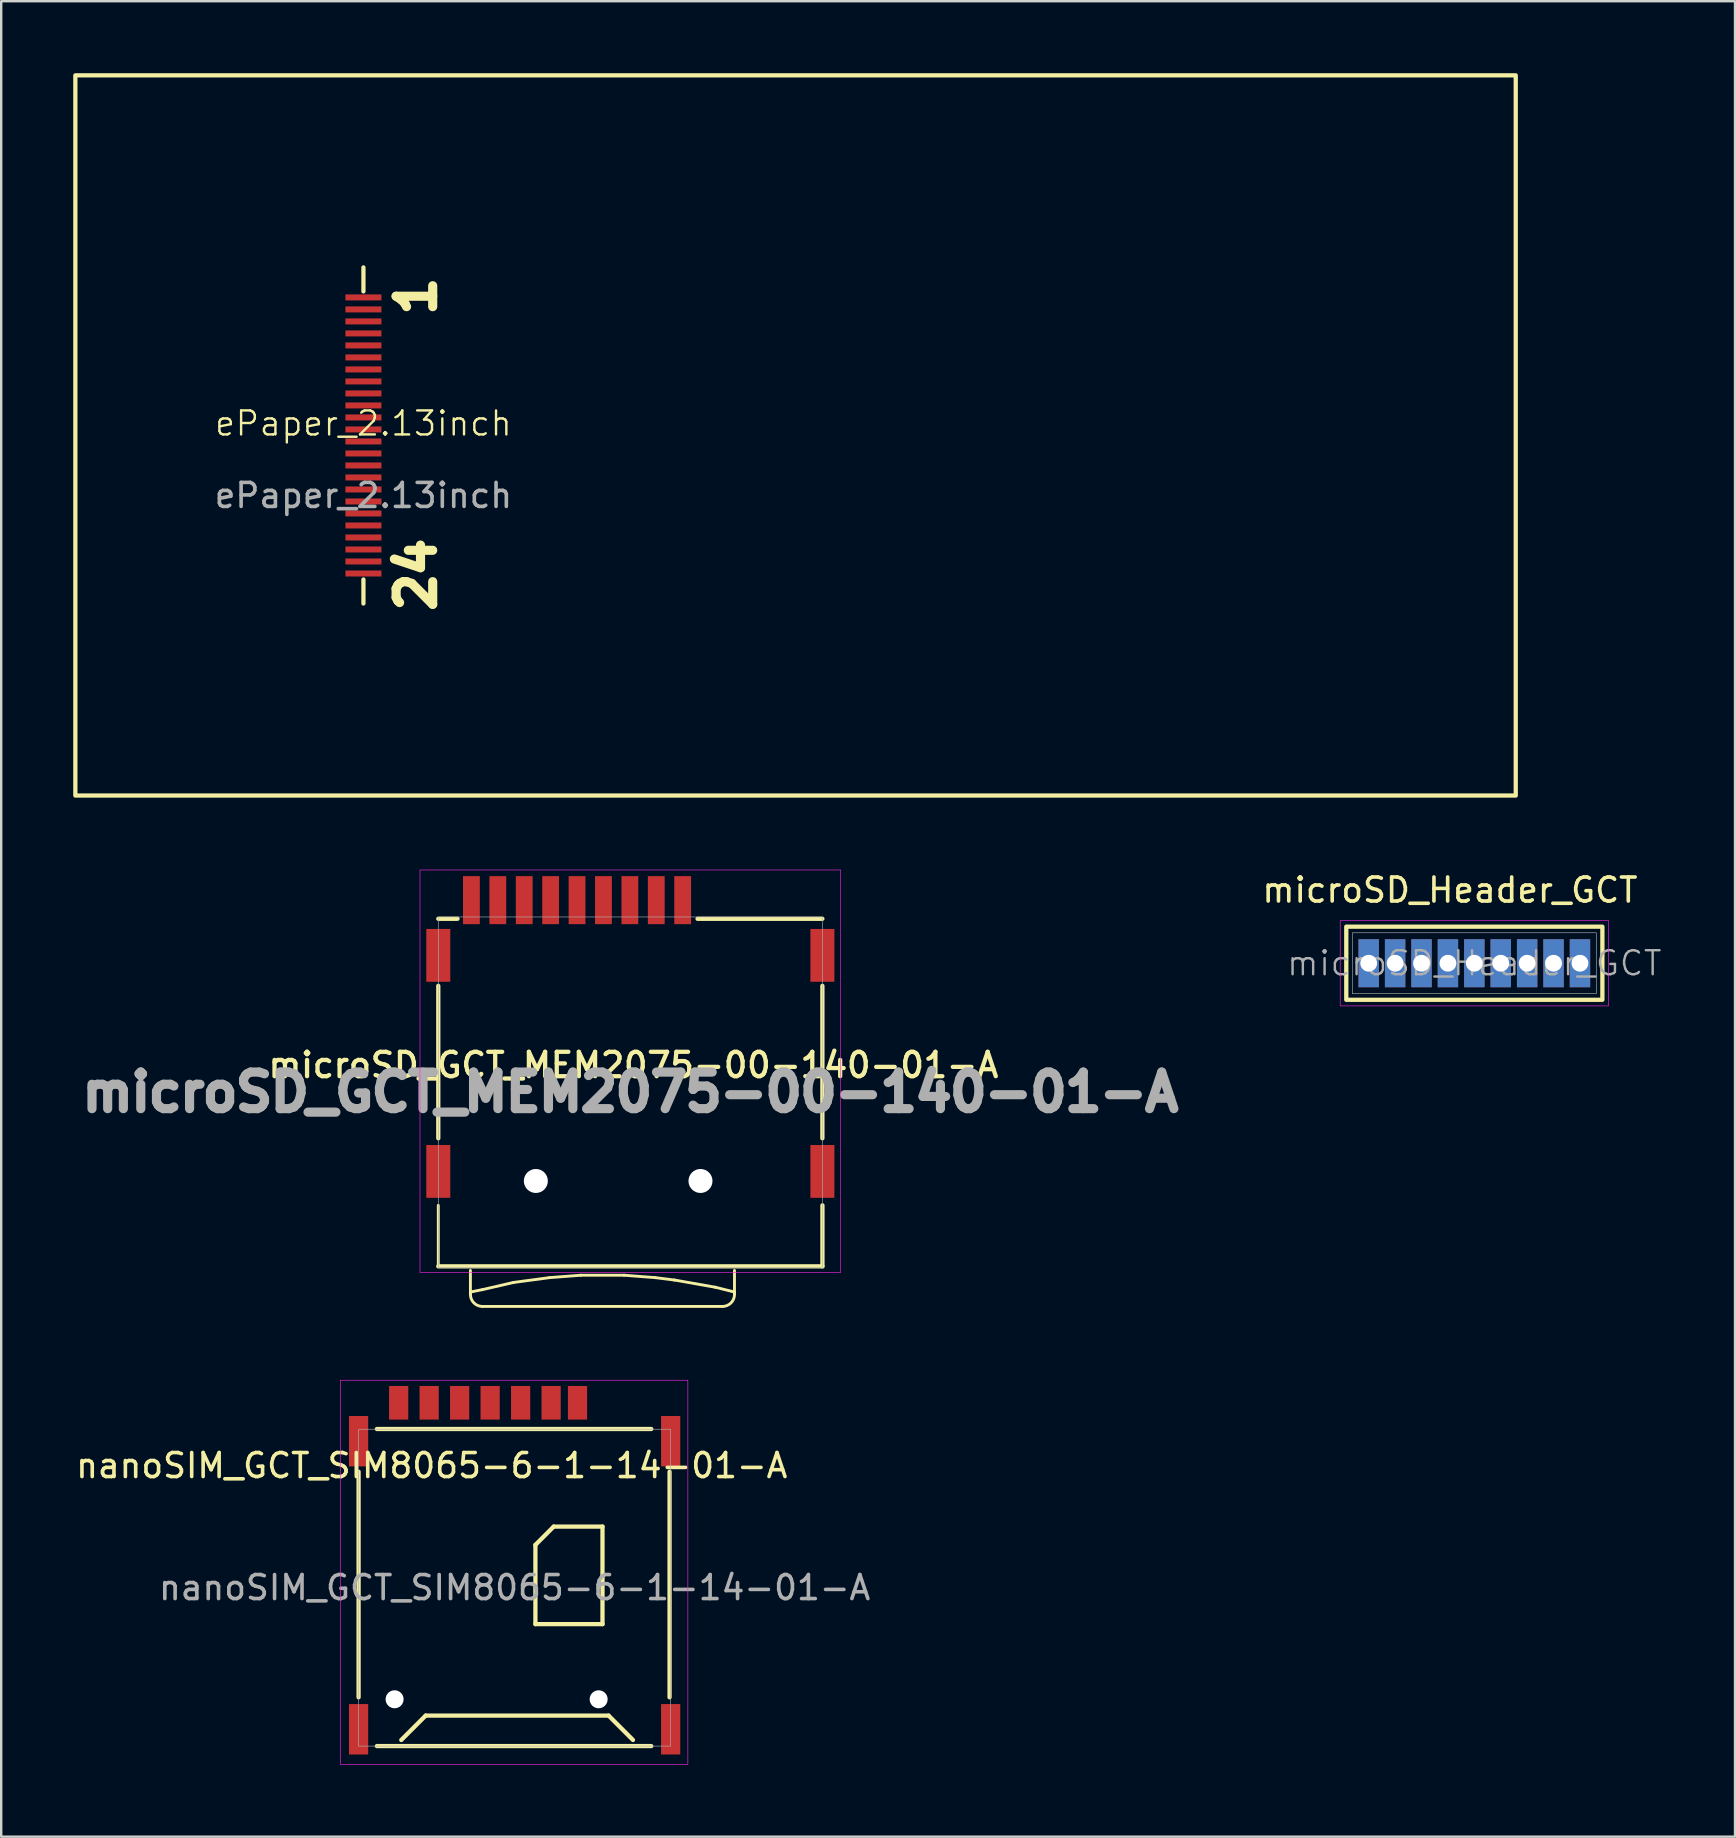
<source format=kicad_pcb>
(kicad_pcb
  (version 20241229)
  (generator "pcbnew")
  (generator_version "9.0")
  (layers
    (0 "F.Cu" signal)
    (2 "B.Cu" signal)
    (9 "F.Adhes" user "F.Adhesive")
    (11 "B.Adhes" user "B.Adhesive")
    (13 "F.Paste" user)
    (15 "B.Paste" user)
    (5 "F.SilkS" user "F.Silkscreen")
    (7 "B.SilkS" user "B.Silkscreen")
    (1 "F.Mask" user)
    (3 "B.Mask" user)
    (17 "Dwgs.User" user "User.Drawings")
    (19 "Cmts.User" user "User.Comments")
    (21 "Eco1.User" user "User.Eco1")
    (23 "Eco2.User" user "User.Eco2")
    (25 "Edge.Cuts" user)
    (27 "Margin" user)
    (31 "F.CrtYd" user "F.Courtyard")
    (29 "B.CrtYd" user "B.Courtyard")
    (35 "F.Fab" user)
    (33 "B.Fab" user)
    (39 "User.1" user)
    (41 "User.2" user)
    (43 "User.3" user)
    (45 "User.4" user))
  (footprint "nanoSIM_GCT_SIM8065-6-1-14-01-A"
    (layer "F.Cu")
    (at 11.887 56.984)
    (property "Reference" "nanoSIM_GCT_SIM8065-6-1-14-01-A" (at 3.048 1.016 0) (unlocked yes) (layer "F.SilkS") (effects (font (size 1 1) (thickness 0.15))))
    (attr smd)
    (fp_line (start 0 10.668) (end 0 1.27) (stroke (width 0.178) (type solid)) (layer "F.SilkS"))
    (fp_line (start 0.762 -0.508) (end 12.192 -0.508) (stroke (width 0.178) (type solid)) (layer "F.SilkS"))
    (fp_line (start 0.762 12.7) (end 12.192 12.7) (stroke (width 0.178) (type solid)) (layer "F.SilkS"))
    (fp_line (start 1.778 12.446) (end 2.794 11.43) (stroke (width 0.178) (type solid)) (layer "F.SilkS"))
    (fp_line (start 2.794 11.43) (end 10.414 11.43) (stroke (width 0.178) (type solid)) (layer "F.SilkS"))
    (fp_line (start 7.366 4.318) (end 8.128 3.556) (stroke (width 0.178) (type solid)) (layer "F.SilkS"))
    (fp_line (start 7.366 7.62) (end 7.366 4.318) (stroke (width 0.178) (type solid)) (layer "F.SilkS"))
    (fp_line (start 8.128 3.556) (end 10.16 3.556) (stroke (width 0.178) (type solid)) (layer "F.SilkS"))
    (fp_line (start 10.16 3.556) (end 10.16 7.62) (stroke (width 0.178) (type solid)) (layer "F.SilkS"))
    (fp_line (start 10.16 7.62) (end 7.366 7.62) (stroke (width 0.178) (type solid)) (layer "F.SilkS"))
    (fp_line (start 10.414 11.43) (end 11.43 12.446) (stroke (width 0.178) (type solid)) (layer "F.SilkS"))
    (fp_line (start 12.954 1.27) (end 12.954 10.668) (stroke (width 0.178) (type solid)) (layer "F.SilkS"))
    (fp_rect (start -0.762 13.462) (end 13.716 -2.54) (stroke (width 0.025) (type solid)) (fill no) (layer "F.CrtYd"))
    (fp_rect (start 0 12.7) (end 13 -0.5) (stroke (width 0.025) (type solid)) (fill no) (layer "F.Fab"))
    (fp_text user "${REFERENCE}" (at 6.5 6.1 0) (unlocked yes) (layer "F.Fab") (effects (font (size 1 1) (thickness 0.15))))
    (pad "" np_thru_hole circle (at 1.5 10.75) (size 0.75 0.75) (drill 0.75) (layers "*.Cu" "*.Mask"))
    (pad "" np_thru_hole circle (at 10 10.75) (size 0.75 0.75) (drill 0.75) (layers "*.Cu" "*.Mask"))
    (pad "C1" smd rect (at 6.75 -1.6) (size 0.8 1.4) (layers "F.Cu" "F.Mask" "F.Paste"))
    (pad "C2" smd rect (at 4.21 -1.6) (size 0.8 1.4) (layers "F.Cu" "F.Mask" "F.Paste"))
    (pad "C3" smd rect (at 1.67 -1.6) (size 0.8 1.4) (layers "F.Cu" "F.Mask" "F.Paste"))
    (pad "C5" smd rect (at 8.02 -1.6) (size 0.8 1.4) (layers "F.Cu" "F.Mask" "F.Paste"))
    (pad "C6" smd rect (at 5.48 -1.6) (size 0.8 1.4) (layers "F.Cu" "F.Mask" "F.Paste"))
    (pad "C7" smd rect (at 2.94 -1.6) (size 0.8 1.4) (layers "F.Cu" "F.Mask" "F.Paste"))
    (pad "CD" smd rect (at 9.12 -1.6) (size 0.8 1.4) (layers "F.Cu" "F.Mask" "F.Paste"))
    (pad "SH" smd rect (at 0 0) (size 0.8 2.1) (layers "F.Cu" "F.Mask" "F.Paste"))
    (pad "SH" smd rect (at 0 12) (size 0.8 2.1) (layers "F.Cu" "F.Mask" "F.Paste"))
    (pad "SH" smd rect (at 13 0) (size 0.8 2.1) (layers "F.Cu" "F.Mask" "F.Paste"))
    (pad "SH" smd rect (at 13 12) (size 0.8 2.1) (layers "F.Cu" "F.Mask" "F.Paste")))
  (footprint "ePaper_2.13inch"
    (layer "F.Cu")
    (at 12.089 15.089)
    (property "Reference" "ePaper_2.13inch" (at 0 -0.5 0) (unlocked yes) (layer "F.SilkS") (effects (font (size 1 1) (thickness 0.1))))
    (attr smd)
    (fp_line (start 0 -6) (end 0 -7) (stroke (width 0.178) (type default)) (layer "F.SilkS"))
    (fp_line (start 0 6) (end 0 7) (stroke (width 0.178) (type default)) (layer "F.SilkS"))
    (fp_rect (start -12 -15) (end 48 15) (stroke (width 0.178) (type default)) (fill no) (layer "F.SilkS"))
    (fp_text user "24" (at 2.2 5.8 90) (unlocked yes) (layer "F.SilkS") (effects (font (size 1.524 1.524) (thickness 0.381) (bold yes))))
    (fp_text user "1" (at 2.2 -5.8 90) (unlocked yes) (layer "F.SilkS") (effects (font (size 1.524 1.524) (thickness 0.381) (bold yes))))
    (fp_text user "${REFERENCE}" (at 0 2.5 0) (unlocked yes) (layer "F.Fab") (effects (font (size 1 1) (thickness 0.15))))
    (pad "1" smd rect (at 0 -5.75) (size 1.5 0.25) (layers "F.Cu" "F.Mask" "F.Paste"))
    (pad "2" smd rect (at 0 -5.25) (size 1.5 0.25) (layers "F.Cu" "F.Mask" "F.Paste"))
    (pad "3" smd rect (at 0 -4.75) (size 1.5 0.25) (layers "F.Cu" "F.Mask" "F.Paste"))
    (pad "4" smd rect (at 0 -4.25) (size 1.5 0.25) (layers "F.Cu" "F.Mask" "F.Paste"))
    (pad "5" smd rect (at 0 -3.75) (size 1.5 0.25) (layers "F.Cu" "F.Mask" "F.Paste"))
    (pad "6" smd rect (at 0 -3.25) (size 1.5 0.25) (layers "F.Cu" "F.Mask" "F.Paste"))
    (pad "7" smd rect (at 0 -2.75) (size 1.5 0.25) (layers "F.Cu" "F.Mask" "F.Paste"))
    (pad "8" smd rect (at 0 -2.25) (size 1.5 0.25) (layers "F.Cu" "F.Mask" "F.Paste"))
    (pad "9" smd rect (at 0 -1.75) (size 1.5 0.25) (layers "F.Cu" "F.Mask" "F.Paste"))
    (pad "10" smd rect (at 0 -1.25) (size 1.5 0.25) (layers "F.Cu" "F.Mask" "F.Paste"))
    (pad "11" smd rect (at 0 -0.75) (size 1.5 0.25) (layers "F.Cu" "F.Mask" "F.Paste"))
    (pad "12" smd rect (at 0 -0.25) (size 1.5 0.25) (layers "F.Cu" "F.Mask" "F.Paste"))
    (pad "13" smd rect (at 0 0.25) (size 1.5 0.25) (layers "F.Cu" "F.Mask" "F.Paste"))
    (pad "14" smd rect (at 0 0.75) (size 1.5 0.25) (layers "F.Cu" "F.Mask" "F.Paste"))
    (pad "15" smd rect (at 0 1.25) (size 1.5 0.25) (layers "F.Cu" "F.Mask" "F.Paste"))
    (pad "16" smd rect (at 0 1.75) (size 1.5 0.25) (layers "F.Cu" "F.Mask" "F.Paste"))
    (pad "17" smd rect (at 0 2.25) (size 1.5 0.25) (layers "F.Cu" "F.Mask" "F.Paste"))
    (pad "18" smd rect (at 0 2.75) (size 1.5 0.25) (layers "F.Cu" "F.Mask" "F.Paste"))
    (pad "19" smd rect (at 0 3.25) (size 1.5 0.25) (layers "F.Cu" "F.Mask" "F.Paste"))
    (pad "20" smd rect (at 0 3.75) (size 1.5 0.25) (layers "F.Cu" "F.Mask" "F.Paste"))
    (pad "21" smd rect (at 0 4.25) (size 1.5 0.25) (layers "F.Cu" "F.Mask" "F.Paste"))
    (pad "22" smd rect (at 0 4.75) (size 1.5 0.25) (layers "F.Cu" "F.Mask" "F.Paste"))
    (pad "23" smd rect (at 0 5.25) (size 1.5 0.25) (layers "F.Cu" "F.Mask" "F.Paste"))
    (pad "24" smd rect (at 0 5.75) (size 1.5 0.25) (layers "F.Cu" "F.Mask" "F.Paste")))
  (footprint "microSD_Header_GCT"
    (layer "F.Cu")
    (at 58.364 37.074)
    (property "Reference" "microSD_Header_GCT" (at -1.016 -3.048 0) (layer "F.SilkS") (effects (font (size 1 1) (thickness 0.15))))
    (attr smd)
    (fp_rect (start -5.334 -1.524) (end 5.334 1.524) (stroke (width 0.178) (type solid)) (fill no) (layer "F.SilkS"))
    (fp_rect (start -5.588 -1.778) (end 5.588 1.778) (stroke (width 0.025) (type solid)) (fill no) (layer "F.CrtYd"))
    (fp_rect (start -5.08 -1.27) (end 5.08 1.27) (stroke (width 0.025) (type solid)) (fill no) (layer "F.Fab"))
    (fp_text user "${REFERENCE}" (at 0 0 0) (layer "F.Fab") (effects (font (size 1 1) (thickness 0.1))))
    (pad "1" thru_hole rect (at 4.4 0) (size 0.85 2) (drill 0.7) (layers "*.Cu" "*.Mask"))
    (pad "2" thru_hole rect (at 3.3 0) (size 0.85 2) (drill 0.7) (layers "*.Cu" "*.Mask"))
    (pad "3" thru_hole rect (at 2.2 0) (size 0.85 2) (drill 0.7) (layers "*.Cu" "*.Mask"))
    (pad "4" thru_hole rect (at 1.1 0) (size 0.85 2) (drill 0.7) (layers "*.Cu" "*.Mask"))
    (pad "5" thru_hole rect (at 0 0) (size 0.85 2) (drill 0.7) (layers "*.Cu" "*.Mask"))
    (pad "6" thru_hole rect (at -1.1 0) (size 0.85 2) (drill 0.7) (layers "*.Cu" "*.Mask"))
    (pad "7" thru_hole rect (at -2.2 0) (size 0.85 2) (drill 0.7) (layers "*.Cu" "*.Mask"))
    (pad "8" thru_hole rect (at -3.3 0) (size 0.85 2) (drill 0.7) (layers "*.Cu" "*.Mask"))
    (pad "9" thru_hole rect (at -4.4 0) (size 0.85 2) (drill 0.7) (layers "*.Cu" "*.Mask")))
  (footprint "microSD_GCT_MEM2075-00-140-01-A"
    (layer "F.Cu")
    (at 15.207 36.746)
    (property "Reference" "microSD_GCT_MEM2075-00-140-01-A" (at 8.128 4.572 0) (layer "F.SilkS") (effects (font (size 1.016 1.016) (thickness 0.178))))
    (attr smd)
    (fp_line (start 0 -1.524) (end 0.8 -1.524) (stroke (width 0.178) (type solid)) (layer "F.SilkS"))
    (fp_line (start 0 1.27) (end 0 7.62) (stroke (width 0.178) (type solid)) (layer "F.SilkS"))
    (fp_line (start 0 10.414) (end 0 12.954) (stroke (width 0.12) (type solid)) (layer "F.SilkS"))
    (fp_line (start 0 12.954) (end 16.002 12.954) (stroke (width 0.178) (type solid)) (layer "F.SilkS"))
    (fp_line (start 1.338 13.124) (end 1.338 14.124) (stroke (width 0.12) (type solid)) (layer "F.SilkS"))
    (fp_line (start 1.838 13.924) (end 1.338 14.024) (stroke (width 0.12) (type solid)) (layer "F.SilkS"))
    (fp_line (start 3.138 13.624) (end 1.838 13.924) (stroke (width 0.12) (type solid)) (layer "F.SilkS"))
    (fp_line (start 4.638 13.424) (end 3.138 13.624) (stroke (width 0.12) (type solid)) (layer "F.SilkS"))
    (fp_line (start 5.938 13.324) (end 4.638 13.424) (stroke (width 0.12) (type solid)) (layer "F.SilkS"))
    (fp_line (start 7.738 13.324) (end 5.938 13.324) (stroke (width 0.12) (type solid)) (layer "F.SilkS"))
    (fp_line (start 9.038 13.424) (end 7.738 13.324) (stroke (width 0.12) (type solid)) (layer "F.SilkS"))
    (fp_line (start 9.838 13.524) (end 9.038 13.424) (stroke (width 0.12) (type solid)) (layer "F.SilkS"))
    (fp_line (start 10.8 -1.524) (end 16 -1.524) (stroke (width 0.178) (type solid)) (layer "F.SilkS"))
    (fp_line (start 11.538 13.824) (end 9.838 13.524) (stroke (width 0.12) (type solid)) (layer "F.SilkS"))
    (fp_line (start 11.838 14.624) (end 1.838 14.624) (stroke (width 0.12) (type solid)) (layer "F.SilkS"))
    (fp_line (start 12.338 13.124) (end 12.338 14.124) (stroke (width 0.12) (type solid)) (layer "F.SilkS"))
    (fp_line (start 12.338 14.024) (end 11.538 13.824) (stroke (width 0.12) (type solid)) (layer "F.SilkS"))
    (fp_line (start 16 7.62) (end 16 1.27) (stroke (width 0.178) (type solid)) (layer "F.SilkS"))
    (fp_line (start 16.002 12.954) (end 16.002 10.414) (stroke (width 0.178) (type solid)) (layer "F.SilkS"))
    (fp_arc (start 1.838447 14.624447) (mid 1.484894 14.478) (end 1.338447 14.124447) (stroke (width 0.12) (type solid)) (layer "F.SilkS"))
    (fp_arc (start 12.338447 14.124447) (mid 12.192 14.478) (end 11.838447 14.624447) (stroke (width 0.12) (type solid)) (layer "F.SilkS"))
    (fp_rect (start -0.762 -3.556) (end 16.764 13.208) (stroke (width 0.025) (type solid)) (fill no) (layer "F.CrtYd"))
    (fp_rect (start 0 -1.6) (end 16 13) (stroke (width 0.025) (type solid)) (fill no) (layer "F.Fab"))
    (fp_text user "${REFERENCE}" (at 8 5.7 0) (layer "F.Fab") (effects (font (size 1.524 1.524) (thickness 0.381) (bold yes))))
    (pad "" np_thru_hole circle (at 4.064 9.398) (size 1 1) (drill 1) (layers "*.Cu" "*.Mask"))
    (pad "" np_thru_hole circle (at 10.922 9.398) (size 1 1) (drill 1) (layers "*.Cu" "*.Mask"))
    (pad "1" smd rect (at 10.18 -2.3) (size 0.7 2) (layers "F.Cu" "F.Mask" "F.Paste"))
    (pad "2" smd rect (at 9.08 -2.3) (size 0.7 2) (layers "F.Cu" "F.Mask" "F.Paste"))
    (pad "3" smd rect (at 7.98 -2.3) (size 0.7 2) (layers "F.Cu" "F.Mask" "F.Paste"))
    (pad "4" smd rect (at 6.88 -2.3) (size 0.7 2) (layers "F.Cu" "F.Mask" "F.Paste"))
    (pad "5" smd rect (at 5.78 -2.3) (size 0.7 2) (layers "F.Cu" "F.Mask" "F.Paste"))
    (pad "6" smd rect (at 4.68 -2.3) (size 0.7 2) (layers "F.Cu" "F.Mask" "F.Paste"))
    (pad "7" smd rect (at 3.58 -2.3) (size 0.7 2) (layers "F.Cu" "F.Mask" "F.Paste"))
    (pad "8" smd rect (at 2.48 -2.3) (size 0.7 2) (layers "F.Cu" "F.Mask" "F.Paste"))
    (pad "9" smd rect (at 1.38 -2.3) (size 0.7 2) (layers "F.Cu" "F.Mask" "F.Paste"))
    (pad "SH" smd rect (at 0 0) (size 1 2.2) (layers "F.Cu" "F.Mask" "F.Paste"))
    (pad "SH" smd rect (at 0 9) (size 1 2.2) (layers "F.Cu" "F.Mask" "F.Paste"))
    (pad "SH" smd rect (at 16 0) (size 1 2.2) (layers "F.Cu" "F.Mask" "F.Paste"))
    (pad "SH" smd rect (at 16 9) (size 1 2.2) (layers "F.Cu" "F.Mask" "F.Paste")))
  (gr_rect
    (start -3 -3)
    (end 69.223 73.458)
    (stroke (width 0.1) (type default))
    (fill no)
    (layer "Edge.Cuts")))
</source>
